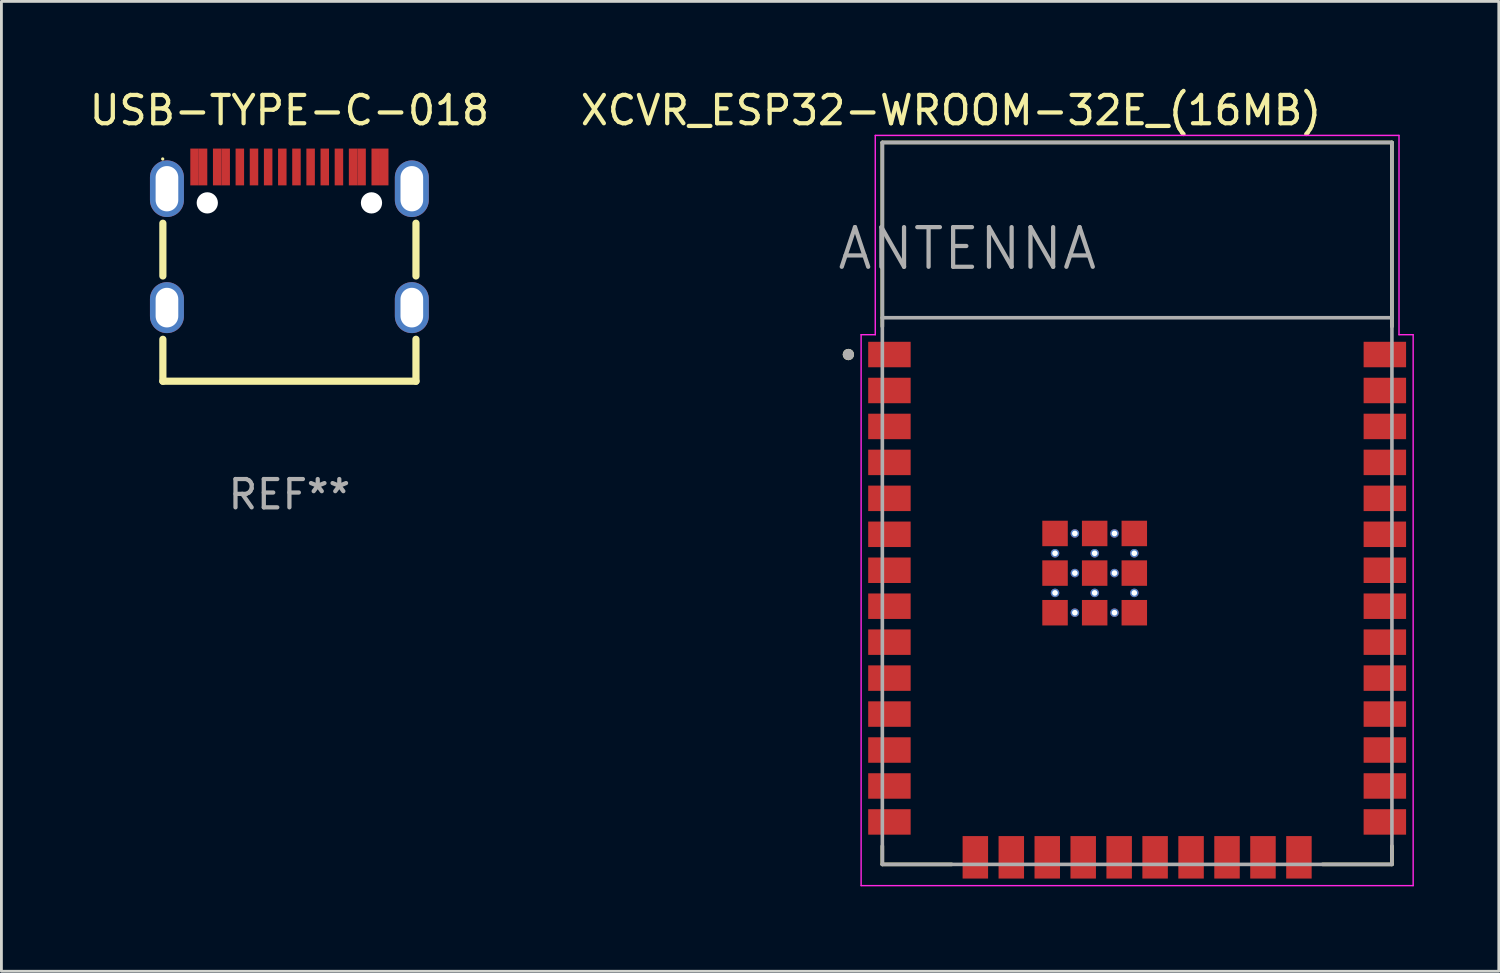
<source format=kicad_pcb>
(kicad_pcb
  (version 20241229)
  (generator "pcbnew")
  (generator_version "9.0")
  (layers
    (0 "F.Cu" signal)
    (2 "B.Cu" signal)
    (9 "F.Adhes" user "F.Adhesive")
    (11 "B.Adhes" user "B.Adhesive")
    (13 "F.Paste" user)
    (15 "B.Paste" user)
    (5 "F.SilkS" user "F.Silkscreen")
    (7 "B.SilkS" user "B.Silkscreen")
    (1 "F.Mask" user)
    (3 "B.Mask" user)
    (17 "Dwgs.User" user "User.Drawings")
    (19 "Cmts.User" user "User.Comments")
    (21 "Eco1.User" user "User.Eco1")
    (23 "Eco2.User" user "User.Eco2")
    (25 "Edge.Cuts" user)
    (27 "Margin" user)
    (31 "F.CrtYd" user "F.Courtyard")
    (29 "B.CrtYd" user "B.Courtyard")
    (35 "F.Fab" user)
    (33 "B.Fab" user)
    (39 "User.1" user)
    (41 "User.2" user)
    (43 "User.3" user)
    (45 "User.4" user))
  (footprint "XCVR_ESP32-WROOM-32E_(16MB)"
    (layer "F.Cu")
    (at 37.117 14.733)
    (property "Reference" "XCVR_ESP32-WROOM-32E_(16MB)" (at -6.575 -13.885 0) (layer "F.SilkS") (effects (font (size 1 1) (thickness 0.15))))
    (attr smd)
    (fp_line (start -9 -12.75) (end 9 -12.75) (stroke (width 0.127) (type solid)) (layer "F.SilkS"))
    (fp_line (start -9 -6.25) (end -9 -12.75) (stroke (width 0.127) (type solid)) (layer "F.SilkS"))
    (fp_line (start -9 12.1) (end -9 12.75) (stroke (width 0.127) (type solid)) (layer "F.SilkS"))
    (fp_line (start -9 12.75) (end -6.55 12.75) (stroke (width 0.127) (type solid)) (layer "F.SilkS"))
    (fp_line (start 6.55 12.75) (end 9 12.75) (stroke (width 0.127) (type solid)) (layer "F.SilkS"))
    (fp_line (start 9 -12.75) (end 9 -6.25) (stroke (width 0.127) (type solid)) (layer "F.SilkS"))
    (fp_line (start 9 12.75) (end 9 12.1) (stroke (width 0.127) (type solid)) (layer "F.SilkS"))
    (fp_circle (center -10.2 -5.26) (end -10.1 -5.26) (stroke (width 0.2) (type solid)) (fill no) (layer "F.SilkS"))
    (fp_line (start -9.75 -5.96) (end -9.25 -5.96) (stroke (width 0.05) (type solid)) (layer "F.CrtYd"))
    (fp_line (start -9.75 13.5) (end -9.75 -5.96) (stroke (width 0.05) (type solid)) (layer "F.CrtYd"))
    (fp_line (start -9.25 -13) (end 9.25 -13) (stroke (width 0.05) (type solid)) (layer "F.CrtYd"))
    (fp_line (start -9.25 -5.96) (end -9.25 -13) (stroke (width 0.05) (type solid)) (layer "F.CrtYd"))
    (fp_line (start 9.25 -13) (end 9.25 -5.96) (stroke (width 0.05) (type solid)) (layer "F.CrtYd"))
    (fp_line (start 9.25 -5.96) (end 9.75 -5.96) (stroke (width 0.05) (type solid)) (layer "F.CrtYd"))
    (fp_line (start 9.75 -5.96) (end 9.75 13.5) (stroke (width 0.05) (type solid)) (layer "F.CrtYd"))
    (fp_line (start 9.75 13.5) (end -9.75 13.5) (stroke (width 0.05) (type solid)) (layer "F.CrtYd"))
    (fp_line (start -9 -12.75) (end -9 -6.56) (stroke (width 0.127) (type solid)) (layer "F.Fab"))
    (fp_line (start -9 -12.75) (end 9 -12.75) (stroke (width 0.127) (type solid)) (layer "F.Fab"))
    (fp_line (start -9 -6.56) (end 9 -6.56) (stroke (width 0.127) (type solid)) (layer "F.Fab"))
    (fp_line (start -9 12.75) (end -9 -6.56) (stroke (width 0.127) (type solid)) (layer "F.Fab"))
    (fp_line (start 9 -12.75) (end 9 -6.56) (stroke (width 0.127) (type solid)) (layer "F.Fab"))
    (fp_line (start 9 -6.56) (end 9 12.75) (stroke (width 0.127) (type solid)) (layer "F.Fab"))
    (fp_line (start 9 12.75) (end -9 12.75) (stroke (width 0.127) (type solid)) (layer "F.Fab"))
    (fp_circle (center -10.2 -5.26) (end -10.1 -5.26) (stroke (width 0.2) (type solid)) (fill no) (layer "F.Fab"))
    (fp_text user "ANTENNA" (at -6 -9 0) (layer "F.Fab") (effects (font (size 1.4 1.4) (thickness 0.15))))
    (pad "1" smd rect (at -8.75 -5.26) (size 1.5 0.9) (layers "F.Cu" "F.Mask" "F.Paste"))
    (pad "2" smd rect (at -8.75 -3.99) (size 1.5 0.9) (layers "F.Cu" "F.Mask" "F.Paste"))
    (pad "3" smd rect (at -8.75 -2.72) (size 1.5 0.9) (layers "F.Cu" "F.Mask" "F.Paste"))
    (pad "4" smd rect (at -8.75 -1.45) (size 1.5 0.9) (layers "F.Cu" "F.Mask" "F.Paste"))
    (pad "5" smd rect (at -8.75 -0.18) (size 1.5 0.9) (layers "F.Cu" "F.Mask" "F.Paste"))
    (pad "6" smd rect (at -8.75 1.09) (size 1.5 0.9) (layers "F.Cu" "F.Mask" "F.Paste"))
    (pad "7" smd rect (at -8.75 2.36) (size 1.5 0.9) (layers "F.Cu" "F.Mask" "F.Paste"))
    (pad "8" smd rect (at -8.75 3.63) (size 1.5 0.9) (layers "F.Cu" "F.Mask" "F.Paste"))
    (pad "9" smd rect (at -8.75 4.9) (size 1.5 0.9) (layers "F.Cu" "F.Mask" "F.Paste"))
    (pad "10" smd rect (at -8.75 6.17) (size 1.5 0.9) (layers "F.Cu" "F.Mask" "F.Paste"))
    (pad "11" smd rect (at -8.75 7.44) (size 1.5 0.9) (layers "F.Cu" "F.Mask" "F.Paste"))
    (pad "12" smd rect (at -8.75 8.71) (size 1.5 0.9) (layers "F.Cu" "F.Mask" "F.Paste"))
    (pad "13" smd rect (at -8.75 9.98) (size 1.5 0.9) (layers "F.Cu" "F.Mask" "F.Paste"))
    (pad "14" smd rect (at -8.75 11.25) (size 1.5 0.9) (layers "F.Cu" "F.Mask" "F.Paste"))
    (pad "15" smd rect (at -5.715 12.5) (size 0.9 1.5) (layers "F.Cu" "F.Mask" "F.Paste"))
    (pad "16" smd rect (at -4.445 12.5) (size 0.9 1.5) (layers "F.Cu" "F.Mask" "F.Paste"))
    (pad "17" smd rect (at -3.175 12.5) (size 0.9 1.5) (layers "F.Cu" "F.Mask" "F.Paste"))
    (pad "18" smd rect (at -1.905 12.5) (size 0.9 1.5) (layers "F.Cu" "F.Mask" "F.Paste"))
    (pad "19" smd rect (at -0.635 12.5) (size 0.9 1.5) (layers "F.Cu" "F.Mask" "F.Paste"))
    (pad "20" smd rect (at 0.635 12.5) (size 0.9 1.5) (layers "F.Cu" "F.Mask" "F.Paste"))
    (pad "21" smd rect (at 1.905 12.5) (size 0.9 1.5) (layers "F.Cu" "F.Mask" "F.Paste"))
    (pad "22" smd rect (at 3.175 12.5) (size 0.9 1.5) (layers "F.Cu" "F.Mask" "F.Paste"))
    (pad "23" smd rect (at 4.445 12.5) (size 0.9 1.5) (layers "F.Cu" "F.Mask" "F.Paste"))
    (pad "24" smd rect (at 5.715 12.5) (size 0.9 1.5) (layers "F.Cu" "F.Mask" "F.Paste"))
    (pad "25" smd rect (at 8.75 11.25) (size 1.5 0.9) (layers "F.Cu" "F.Mask" "F.Paste"))
    (pad "26" smd rect (at 8.75 9.98) (size 1.5 0.9) (layers "F.Cu" "F.Mask" "F.Paste"))
    (pad "27" smd rect (at 8.75 8.71) (size 1.5 0.9) (layers "F.Cu" "F.Mask" "F.Paste"))
    (pad "28" smd rect (at 8.75 7.44) (size 1.5 0.9) (layers "F.Cu" "F.Mask" "F.Paste"))
    (pad "29" smd rect (at 8.75 6.17) (size 1.5 0.9) (layers "F.Cu" "F.Mask" "F.Paste"))
    (pad "30" smd rect (at 8.75 4.9) (size 1.5 0.9) (layers "F.Cu" "F.Mask" "F.Paste"))
    (pad "31" smd rect (at 8.75 3.63) (size 1.5 0.9) (layers "F.Cu" "F.Mask" "F.Paste"))
    (pad "32" smd rect (at 8.75 2.36) (size 1.5 0.9) (layers "F.Cu" "F.Mask" "F.Paste"))
    (pad "33" smd rect (at 8.75 1.09) (size 1.5 0.9) (layers "F.Cu" "F.Mask" "F.Paste"))
    (pad "34" smd rect (at 8.75 -0.18) (size 1.5 0.9) (layers "F.Cu" "F.Mask" "F.Paste"))
    (pad "35" smd rect (at 8.75 -1.45) (size 1.5 0.9) (layers "F.Cu" "F.Mask" "F.Paste"))
    (pad "36" smd rect (at 8.75 -2.72) (size 1.5 0.9) (layers "F.Cu" "F.Mask" "F.Paste"))
    (pad "37" smd rect (at 8.75 -3.99) (size 1.5 0.9) (layers "F.Cu" "F.Mask" "F.Paste"))
    (pad "38" smd rect (at 8.75 -5.26) (size 1.5 0.9) (layers "F.Cu" "F.Mask" "F.Paste"))
    (pad "39_1" smd rect (at -2.9 1.06) (size 0.9 0.9) (layers "F.Cu" "F.Mask" "F.Paste"))
    (pad "39_2" smd rect (at -1.5 1.06) (size 0.9 0.9) (layers "F.Cu" "F.Mask" "F.Paste"))
    (pad "39_3" smd rect (at -0.1 1.06) (size 0.9 0.9) (layers "F.Cu" "F.Mask" "F.Paste"))
    (pad "39_4" smd rect (at -2.9 2.46) (size 0.9 0.9) (layers "F.Cu" "F.Mask" "F.Paste"))
    (pad "39_5" smd rect (at -1.5 2.46) (size 0.9 0.9) (layers "F.Cu" "F.Mask" "F.Paste"))
    (pad "39_6" smd rect (at -0.1 2.46) (size 0.9 0.9) (layers "F.Cu" "F.Mask" "F.Paste"))
    (pad "39_7" smd rect (at -2.9 3.86) (size 0.9 0.9) (layers "F.Cu" "F.Mask" "F.Paste"))
    (pad "39_8" smd rect (at -1.5 3.86) (size 0.9 0.9) (layers "F.Cu" "F.Mask" "F.Paste"))
    (pad "39_9" smd rect (at -0.1 3.86) (size 0.9 0.9) (layers "F.Cu" "F.Mask" "F.Paste"))
    (pad "39_10" thru_hole circle (at -2.2 1.06) (size 0.3 0.3) (drill 0.2) (layers "*.Cu"))
    (pad "39_11" thru_hole circle (at -0.8 1.06) (size 0.3 0.3) (drill 0.2) (layers "*.Cu"))
    (pad "39_12" thru_hole circle (at -2.9 1.76) (size 0.3 0.3) (drill 0.2) (layers "*.Cu"))
    (pad "39_13" thru_hole circle (at -1.5 1.76) (size 0.3 0.3) (drill 0.2) (layers "*.Cu"))
    (pad "39_14" thru_hole circle (at -0.1 1.76) (size 0.3 0.3) (drill 0.2) (layers "*.Cu"))
    (pad "39_15" thru_hole circle (at -2.2 2.46) (size 0.3 0.3) (drill 0.2) (layers "*.Cu"))
    (pad "39_16" thru_hole circle (at -0.8 2.46) (size 0.3 0.3) (drill 0.2) (layers "*.Cu"))
    (pad "39_17" thru_hole circle (at -2.9 3.16) (size 0.3 0.3) (drill 0.2) (layers "*.Cu"))
    (pad "39_18" thru_hole circle (at -1.5 3.16) (size 0.3 0.3) (drill 0.2) (layers "*.Cu"))
    (pad "39_19" thru_hole circle (at -0.1 3.16) (size 0.3 0.3) (drill 0.2) (layers "*.Cu"))
    (pad "39_20" thru_hole circle (at -2.2 3.86) (size 0.3 0.3) (drill 0.2) (layers "*.Cu"))
    (pad "39_21" thru_hole circle (at -0.8 3.86) (size 0.3 0.3) (drill 0.2) (layers "*.Cu"))
    (zone (net_name "") (layer "F.Cu") (hatch full 0.508) (connect_pads) (min_thickness 0.01) (filled_areas_thickness no) (keepout (tracks not_allowed) (vias not_allowed) (pads not_allowed) (copperpour not_allowed) (footprints allowed)) (placement (enabled no)) (fill) (polygon (pts (xy 28.117 1.983) (xy 46.117 1.983) (xy 46.117 8.173) (xy 28.117 8.173))))
    (zone (net_name "") (layers "F.Cu" "B.Cu") (hatch full 0.508) (connect_pads) (min_thickness 0.01) (filled_areas_thickness no) (keepout (tracks allowed) (vias not_allowed) (pads allowed) (copperpour allowed) (footprints allowed)) (placement (enabled no)) (fill) (polygon (pts (xy 28.117 1.983) (xy 46.117 1.983) (xy 46.117 8.173) (xy 28.117 8.173)))))
  (footprint "USB-TYPE-C-018"
    (layer "F.Cu")
    (at 7.173 6.632)
    (property "Reference" "USB-TYPE-C-018" (at 0 -5.784 0) (layer "F.SilkS") (effects (font (size 1 1) (thickness 0.15))))
    (attr through_hole)
    (fp_line (start -4.47 0.066) (end -4.47 -1.797) (stroke (width 0.254) (type solid)) (layer "F.SilkS"))
    (fp_line (start -4.47 3.784) (end -4.47 2.303) (stroke (width 0.254) (type solid)) (layer "F.SilkS"))
    (fp_line (start 4.47 0.066) (end 4.47 -1.798) (stroke (width 0.254) (type solid)) (layer "F.SilkS"))
    (fp_line (start 4.47 3.784) (end -4.47 3.784) (stroke (width 0.254) (type solid)) (layer "F.SilkS"))
    (fp_line (start 4.47 3.784) (end 4.47 2.302) (stroke (width 0.254) (type solid)) (layer "F.SilkS"))
    (fp_circle (center -4.476 -4.066) (end -4.446 -4.066) (stroke (width 0.06) (type solid)) (fill no) (layer "F.SilkS"))
    (fp_circle (center -2.901 -2.516) (end -2.776 -2.516) (stroke (width 0.25) (type solid)) (fill no) (layer "F.Fab"))
    (fp_circle (center 2.899 -2.516) (end 3.024 -2.516) (stroke (width 0.25) (type solid)) (fill no) (layer "F.Fab"))
    (fp_text user "REF**" (at 0 7.784 0) (layer "F.Fab") (effects (font (size 1 1) (thickness 0.15))))
    (pad "" np_thru_hole circle (at -2.901 -2.516) (size 0.75 0.75) (drill 0.75) (layers "*.Cu" "*.Mask"))
    (pad "" np_thru_hole circle (at 2.899 -2.516) (size 0.75 0.75) (drill 0.75) (layers "*.Cu" "*.Mask"))
    (pad "0" thru_hole oval (at -4.326 -3.016) (size 1.2 2) (drill oval 0.8 1.6) (layers "*.Cu" "*.Mask"))
    (pad "1" thru_hole oval (at 4.324 -3.016) (size 1.2 2) (drill oval 0.8 1.6) (layers "*.Cu" "*.Mask"))
    (pad "2" thru_hole oval (at 4.324 1.184) (size 1.2 1.8) (drill oval 0.8 1.4) (layers "*.Cu" "*.Mask"))
    (pad "3" thru_hole oval (at -4.326 1.184) (size 1.2 1.8) (drill oval 0.8 1.4) (layers "*.Cu" "*.Mask"))
    (pad "A1" smd rect (at -3.351 -3.784) (size 0.3 1.3) (layers "F.Cu" "F.Mask" "F.Paste"))
    (pad "A4" smd rect (at -2.551 -3.784) (size 0.3 1.3) (layers "F.Cu" "F.Mask" "F.Paste"))
    (pad "A5" smd rect (at -1.251 -3.784) (size 0.3 1.3) (layers "F.Cu" "F.Mask" "F.Paste"))
    (pad "A6" smd rect (at -0.251 -3.784) (size 0.3 1.3) (layers "F.Cu" "F.Mask" "F.Paste"))
    (pad "A7" smd rect (at 0.249 -3.784) (size 0.3 1.3) (layers "F.Cu" "F.Mask" "F.Paste"))
    (pad "A8" smd rect (at 1.249 -3.784) (size 0.3 1.3) (layers "F.Cu" "F.Mask" "F.Paste"))
    (pad "A9" smd rect (at 2.549 -3.784) (size 0.3 1.3) (layers "F.Cu" "F.Mask" "F.Paste"))
    (pad "A12" smd rect (at 3.349 -3.784) (size 0.3 1.3) (layers "F.Cu" "F.Mask" "F.Paste"))
    (pad "B1" smd rect (at 3.049 -3.784) (size 0.3 1.3) (layers "F.Cu" "F.Mask" "F.Paste"))
    (pad "B4" smd rect (at 2.249 -3.784) (size 0.3 1.3) (layers "F.Cu" "F.Mask" "F.Paste"))
    (pad "B5" smd rect (at 1.749 -3.784) (size 0.3 1.3) (layers "F.Cu" "F.Mask" "F.Paste"))
    (pad "B6" smd rect (at 0.749 -3.784) (size 0.3 1.3) (layers "F.Cu" "F.Mask" "F.Paste"))
    (pad "B7" smd rect (at -0.751 -3.784) (size 0.3 1.3) (layers "F.Cu" "F.Mask" "F.Paste"))
    (pad "B8" smd rect (at -1.751 -3.784) (size 0.3 1.3) (layers "F.Cu" "F.Mask" "F.Paste"))
    (pad "B9" smd rect (at -2.251 -3.784) (size 0.3 1.3) (layers "F.Cu" "F.Mask" "F.Paste"))
    (pad "B12" smd rect (at -3.051 -3.784) (size 0.3 1.3) (layers "F.Cu" "F.Mask" "F.Paste")))
  (gr_rect
    (start -3 -3)
    (end 49.892 31.258)
    (stroke (width 0.1) (type default))
    (fill no)
    (layer "Edge.Cuts")))
</source>
